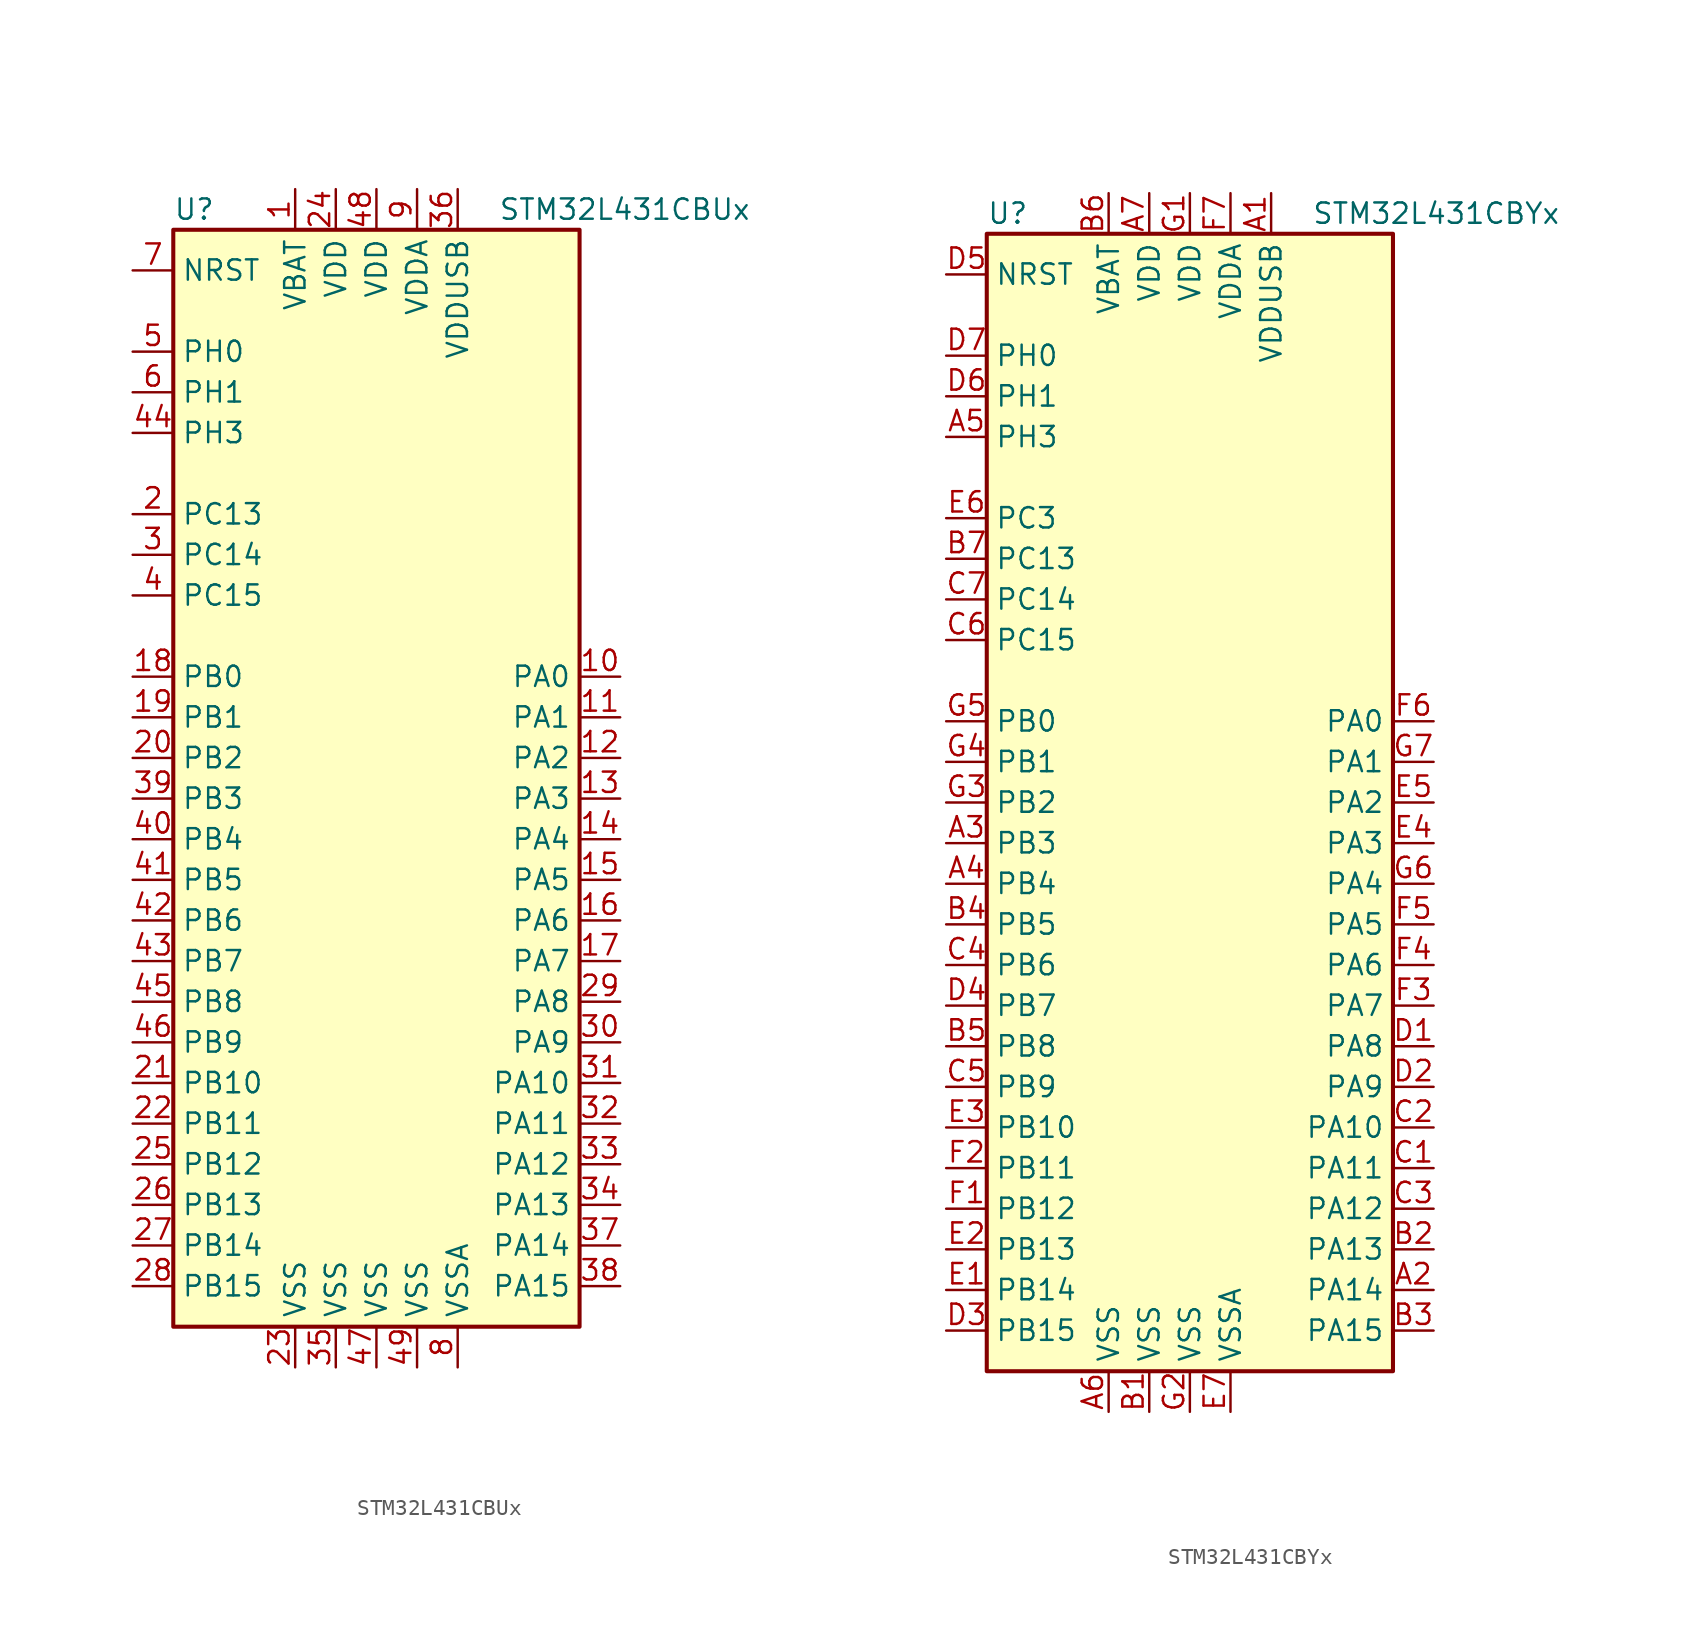
<source format=kicad_sym>
(kicad_symbol_lib
  (version 20211014)
  (generator kicad_symbol_editor)
  (symbol "STM32L431CBUx"
    (property "Reference" "U"
      (at -12.7 34.29 0)
      (effects (font (size 1.27 1.27)) (justify left)))
    (property "Value" "STM32L431CBUx"
      (at 7.62 34.29 0)
      (effects (font (size 1.27 1.27)) (justify left)))
    (symbol "STM32L431CBUx_0_1"
      (rectangle (start -12.7 -35.56) (end 12.7 33.02) (stroke (width 0.254) (type default) (color 0 0 0 0)) (fill (type background))))
    (symbol "STM32L431CBUx_1_1"
      (pin power_in line (at -5.08 35.56 270) (length 2.54) (name "VBAT" (effects (font (size 1.27 1.27)))) (number "1" (effects (font (size 1.27 1.27)))))
      (pin bidirectional line (at 15.24 5.08 180) (length 2.54) (name "PA0" (effects (font (size 1.27 1.27)))) (number "10" (effects (font (size 1.27 1.27)))))
      (pin bidirectional line (at 15.24 2.54 180) (length 2.54) (name "PA1" (effects (font (size 1.27 1.27)))) (number "11" (effects (font (size 1.27 1.27)))))
      (pin bidirectional line (at 15.24 0 180) (length 2.54) (name "PA2" (effects (font (size 1.27 1.27)))) (number "12" (effects (font (size 1.27 1.27)))))
      (pin bidirectional line (at 15.24 -2.54 180) (length 2.54) (name "PA3" (effects (font (size 1.27 1.27)))) (number "13" (effects (font (size 1.27 1.27)))))
      (pin bidirectional line (at 15.24 -5.08 180) (length 2.54) (name "PA4" (effects (font (size 1.27 1.27)))) (number "14" (effects (font (size 1.27 1.27)))))
      (pin bidirectional line (at 15.24 -7.62 180) (length 2.54) (name "PA5" (effects (font (size 1.27 1.27)))) (number "15" (effects (font (size 1.27 1.27)))))
      (pin bidirectional line (at 15.24 -10.16 180) (length 2.54) (name "PA6" (effects (font (size 1.27 1.27)))) (number "16" (effects (font (size 1.27 1.27)))))
      (pin bidirectional line (at 15.24 -12.7 180) (length 2.54) (name "PA7" (effects (font (size 1.27 1.27)))) (number "17" (effects (font (size 1.27 1.27)))))
      (pin bidirectional line (at -15.24 5.08 0) (length 2.54) (name "PB0" (effects (font (size 1.27 1.27)))) (number "18" (effects (font (size 1.27 1.27)))))
      (pin bidirectional line (at -15.24 2.54 0) (length 2.54) (name "PB1" (effects (font (size 1.27 1.27)))) (number "19" (effects (font (size 1.27 1.27)))))
      (pin bidirectional line (at -15.24 15.24 0) (length 2.54) (name "PC13" (effects (font (size 1.27 1.27)))) (number "2" (effects (font (size 1.27 1.27)))))
      (pin bidirectional line (at -15.24 0 0) (length 2.54) (name "PB2" (effects (font (size 1.27 1.27)))) (number "20" (effects (font (size 1.27 1.27)))))
      (pin bidirectional line (at -15.24 -20.32 0) (length 2.54) (name "PB10" (effects (font (size 1.27 1.27)))) (number "21" (effects (font (size 1.27 1.27)))))
      (pin bidirectional line (at -15.24 -22.86 0) (length 2.54) (name "PB11" (effects (font (size 1.27 1.27)))) (number "22" (effects (font (size 1.27 1.27)))))
      (pin power_in line (at -5.08 -38.1 90) (length 2.54) (name "VSS" (effects (font (size 1.27 1.27)))) (number "23" (effects (font (size 1.27 1.27)))))
      (pin power_in line (at -2.54 35.56 270) (length 2.54) (name "VDD" (effects (font (size 1.27 1.27)))) (number "24" (effects (font (size 1.27 1.27)))))
      (pin bidirectional line (at -15.24 -25.4 0) (length 2.54) (name "PB12" (effects (font (size 1.27 1.27)))) (number "25" (effects (font (size 1.27 1.27)))))
      (pin bidirectional line (at -15.24 -27.94 0) (length 2.54) (name "PB13" (effects (font (size 1.27 1.27)))) (number "26" (effects (font (size 1.27 1.27)))))
      (pin bidirectional line (at -15.24 -30.48 0) (length 2.54) (name "PB14" (effects (font (size 1.27 1.27)))) (number "27" (effects (font (size 1.27 1.27)))))
      (pin bidirectional line (at -15.24 -33.02 0) (length 2.54) (name "PB15" (effects (font (size 1.27 1.27)))) (number "28" (effects (font (size 1.27 1.27)))))
      (pin bidirectional line (at 15.24 -15.24 180) (length 2.54) (name "PA8" (effects (font (size 1.27 1.27)))) (number "29" (effects (font (size 1.27 1.27)))))
      (pin bidirectional line (at -15.24 12.7 0) (length 2.54) (name "PC14" (effects (font (size 1.27 1.27)))) (number "3" (effects (font (size 1.27 1.27)))))
      (pin bidirectional line (at 15.24 -17.78 180) (length 2.54) (name "PA9" (effects (font (size 1.27 1.27)))) (number "30" (effects (font (size 1.27 1.27)))))
      (pin bidirectional line (at 15.24 -20.32 180) (length 2.54) (name "PA10" (effects (font (size 1.27 1.27)))) (number "31" (effects (font (size 1.27 1.27)))))
      (pin bidirectional line (at 15.24 -22.86 180) (length 2.54) (name "PA11" (effects (font (size 1.27 1.27)))) (number "32" (effects (font (size 1.27 1.27)))))
      (pin bidirectional line (at 15.24 -25.4 180) (length 2.54) (name "PA12" (effects (font (size 1.27 1.27)))) (number "33" (effects (font (size 1.27 1.27)))))
      (pin bidirectional line (at 15.24 -27.94 180) (length 2.54) (name "PA13" (effects (font (size 1.27 1.27)))) (number "34" (effects (font (size 1.27 1.27)))))
      (pin power_in line (at -2.54 -38.1 90) (length 2.54) (name "VSS" (effects (font (size 1.27 1.27)))) (number "35" (effects (font (size 1.27 1.27)))))
      (pin power_in line (at 5.08 35.56 270) (length 2.54) (name "VDDUSB" (effects (font (size 1.27 1.27)))) (number "36" (effects (font (size 1.27 1.27)))))
      (pin bidirectional line (at 15.24 -30.48 180) (length 2.54) (name "PA14" (effects (font (size 1.27 1.27)))) (number "37" (effects (font (size 1.27 1.27)))))
      (pin bidirectional line (at 15.24 -33.02 180) (length 2.54) (name "PA15" (effects (font (size 1.27 1.27)))) (number "38" (effects (font (size 1.27 1.27)))))
      (pin bidirectional line (at -15.24 -2.54 0) (length 2.54) (name "PB3" (effects (font (size 1.27 1.27)))) (number "39" (effects (font (size 1.27 1.27)))))
      (pin bidirectional line (at -15.24 10.16 0) (length 2.54) (name "PC15" (effects (font (size 1.27 1.27)))) (number "4" (effects (font (size 1.27 1.27)))))
      (pin bidirectional line (at -15.24 -5.08 0) (length 2.54) (name "PB4" (effects (font (size 1.27 1.27)))) (number "40" (effects (font (size 1.27 1.27)))))
      (pin bidirectional line (at -15.24 -7.62 0) (length 2.54) (name "PB5" (effects (font (size 1.27 1.27)))) (number "41" (effects (font (size 1.27 1.27)))))
      (pin bidirectional line (at -15.24 -10.16 0) (length 2.54) (name "PB6" (effects (font (size 1.27 1.27)))) (number "42" (effects (font (size 1.27 1.27)))))
      (pin bidirectional line (at -15.24 -12.7 0) (length 2.54) (name "PB7" (effects (font (size 1.27 1.27)))) (number "43" (effects (font (size 1.27 1.27)))))
      (pin bidirectional line (at -15.24 20.32 0) (length 2.54) (name "PH3" (effects (font (size 1.27 1.27)))) (number "44" (effects (font (size 1.27 1.27)))))
      (pin bidirectional line (at -15.24 -15.24 0) (length 2.54) (name "PB8" (effects (font (size 1.27 1.27)))) (number "45" (effects (font (size 1.27 1.27)))))
      (pin bidirectional line (at -15.24 -17.78 0) (length 2.54) (name "PB9" (effects (font (size 1.27 1.27)))) (number "46" (effects (font (size 1.27 1.27)))))
      (pin power_in line (at 0 -38.1 90) (length 2.54) (name "VSS" (effects (font (size 1.27 1.27)))) (number "47" (effects (font (size 1.27 1.27)))))
      (pin power_in line (at 0 35.56 270) (length 2.54) (name "VDD" (effects (font (size 1.27 1.27)))) (number "48" (effects (font (size 1.27 1.27)))))
      (pin power_in line (at 2.54 -38.1 90) (length 2.54) (name "VSS" (effects (font (size 1.27 1.27)))) (number "49" (effects (font (size 1.27 1.27)))))
      (pin input line (at -15.24 25.4 0) (length 2.54) (name "PH0" (effects (font (size 1.27 1.27)))) (number "5" (effects (font (size 1.27 1.27)))))
      (pin input line (at -15.24 22.86 0) (length 2.54) (name "PH1" (effects (font (size 1.27 1.27)))) (number "6" (effects (font (size 1.27 1.27)))))
      (pin input line (at -15.24 30.48 0) (length 2.54) (name "NRST" (effects (font (size 1.27 1.27)))) (number "7" (effects (font (size 1.27 1.27)))))
      (pin power_in line (at 5.08 -38.1 90) (length 2.54) (name "VSSA" (effects (font (size 1.27 1.27)))) (number "8" (effects (font (size 1.27 1.27)))))
      (pin power_in line (at 2.54 35.56 270) (length 2.54) (name "VDDA" (effects (font (size 1.27 1.27)))) (number "9" (effects (font (size 1.27 1.27)))))))
  (symbol "STM32L431CBYx"
    (property "Reference" "U"
      (at -12.7 36.83 0)
      (effects (font (size 1.27 1.27)) (justify left)))
    (property "Value" "STM32L431CBYx"
      (at 7.62 36.83 0)
      (effects (font (size 1.27 1.27)) (justify left)))
    (symbol "STM32L431CBYx_0_1"
      (rectangle (start -12.7 -35.56) (end 12.7 35.56) (stroke (width 0.254) (type default) (color 0 0 0 0)) (fill (type background))))
    (symbol "STM32L431CBYx_1_1"
      (pin power_in line (at 5.08 38.1 270) (length 2.54) (name "VDDUSB" (effects (font (size 1.27 1.27)))) (number "A1" (effects (font (size 1.27 1.27)))))
      (pin bidirectional line (at 15.24 -30.48 180) (length 2.54) (name "PA14" (effects (font (size 1.27 1.27)))) (number "A2" (effects (font (size 1.27 1.27)))))
      (pin bidirectional line (at -15.24 -2.54 0) (length 2.54) (name "PB3" (effects (font (size 1.27 1.27)))) (number "A3" (effects (font (size 1.27 1.27)))))
      (pin bidirectional line (at -15.24 -5.08 0) (length 2.54) (name "PB4" (effects (font (size 1.27 1.27)))) (number "A4" (effects (font (size 1.27 1.27)))))
      (pin bidirectional line (at -15.24 22.86 0) (length 2.54) (name "PH3" (effects (font (size 1.27 1.27)))) (number "A5" (effects (font (size 1.27 1.27)))))
      (pin power_in line (at -5.08 -38.1 90) (length 2.54) (name "VSS" (effects (font (size 1.27 1.27)))) (number "A6" (effects (font (size 1.27 1.27)))))
      (pin power_in line (at -2.54 38.1 270) (length 2.54) (name "VDD" (effects (font (size 1.27 1.27)))) (number "A7" (effects (font (size 1.27 1.27)))))
      (pin power_in line (at -2.54 -38.1 90) (length 2.54) (name "VSS" (effects (font (size 1.27 1.27)))) (number "B1" (effects (font (size 1.27 1.27)))))
      (pin bidirectional line (at 15.24 -27.94 180) (length 2.54) (name "PA13" (effects (font (size 1.27 1.27)))) (number "B2" (effects (font (size 1.27 1.27)))))
      (pin bidirectional line (at 15.24 -33.02 180) (length 2.54) (name "PA15" (effects (font (size 1.27 1.27)))) (number "B3" (effects (font (size 1.27 1.27)))))
      (pin bidirectional line (at -15.24 -7.62 0) (length 2.54) (name "PB5" (effects (font (size 1.27 1.27)))) (number "B4" (effects (font (size 1.27 1.27)))))
      (pin bidirectional line (at -15.24 -15.24 0) (length 2.54) (name "PB8" (effects (font (size 1.27 1.27)))) (number "B5" (effects (font (size 1.27 1.27)))))
      (pin power_in line (at -5.08 38.1 270) (length 2.54) (name "VBAT" (effects (font (size 1.27 1.27)))) (number "B6" (effects (font (size 1.27 1.27)))))
      (pin bidirectional line (at -15.24 15.24 0) (length 2.54) (name "PC13" (effects (font (size 1.27 1.27)))) (number "B7" (effects (font (size 1.27 1.27)))))
      (pin bidirectional line (at 15.24 -22.86 180) (length 2.54) (name "PA11" (effects (font (size 1.27 1.27)))) (number "C1" (effects (font (size 1.27 1.27)))))
      (pin bidirectional line (at 15.24 -20.32 180) (length 2.54) (name "PA10" (effects (font (size 1.27 1.27)))) (number "C2" (effects (font (size 1.27 1.27)))))
      (pin bidirectional line (at 15.24 -25.4 180) (length 2.54) (name "PA12" (effects (font (size 1.27 1.27)))) (number "C3" (effects (font (size 1.27 1.27)))))
      (pin bidirectional line (at -15.24 -10.16 0) (length 2.54) (name "PB6" (effects (font (size 1.27 1.27)))) (number "C4" (effects (font (size 1.27 1.27)))))
      (pin bidirectional line (at -15.24 -17.78 0) (length 2.54) (name "PB9" (effects (font (size 1.27 1.27)))) (number "C5" (effects (font (size 1.27 1.27)))))
      (pin bidirectional line (at -15.24 10.16 0) (length 2.54) (name "PC15" (effects (font (size 1.27 1.27)))) (number "C6" (effects (font (size 1.27 1.27)))))
      (pin bidirectional line (at -15.24 12.7 0) (length 2.54) (name "PC14" (effects (font (size 1.27 1.27)))) (number "C7" (effects (font (size 1.27 1.27)))))
      (pin bidirectional line (at 15.24 -15.24 180) (length 2.54) (name "PA8" (effects (font (size 1.27 1.27)))) (number "D1" (effects (font (size 1.27 1.27)))))
      (pin bidirectional line (at 15.24 -17.78 180) (length 2.54) (name "PA9" (effects (font (size 1.27 1.27)))) (number "D2" (effects (font (size 1.27 1.27)))))
      (pin bidirectional line (at -15.24 -33.02 0) (length 2.54) (name "PB15" (effects (font (size 1.27 1.27)))) (number "D3" (effects (font (size 1.27 1.27)))))
      (pin bidirectional line (at -15.24 -12.7 0) (length 2.54) (name "PB7" (effects (font (size 1.27 1.27)))) (number "D4" (effects (font (size 1.27 1.27)))))
      (pin input line (at -15.24 33.02 0) (length 2.54) (name "NRST" (effects (font (size 1.27 1.27)))) (number "D5" (effects (font (size 1.27 1.27)))))
      (pin input line (at -15.24 25.4 0) (length 2.54) (name "PH1" (effects (font (size 1.27 1.27)))) (number "D6" (effects (font (size 1.27 1.27)))))
      (pin input line (at -15.24 27.94 0) (length 2.54) (name "PH0" (effects (font (size 1.27 1.27)))) (number "D7" (effects (font (size 1.27 1.27)))))
      (pin bidirectional line (at -15.24 -30.48 0) (length 2.54) (name "PB14" (effects (font (size 1.27 1.27)))) (number "E1" (effects (font (size 1.27 1.27)))))
      (pin bidirectional line (at -15.24 -27.94 0) (length 2.54) (name "PB13" (effects (font (size 1.27 1.27)))) (number "E2" (effects (font (size 1.27 1.27)))))
      (pin bidirectional line (at -15.24 -20.32 0) (length 2.54) (name "PB10" (effects (font (size 1.27 1.27)))) (number "E3" (effects (font (size 1.27 1.27)))))
      (pin bidirectional line (at 15.24 -2.54 180) (length 2.54) (name "PA3" (effects (font (size 1.27 1.27)))) (number "E4" (effects (font (size 1.27 1.27)))))
      (pin bidirectional line (at 15.24 0 180) (length 2.54) (name "PA2" (effects (font (size 1.27 1.27)))) (number "E5" (effects (font (size 1.27 1.27)))))
      (pin bidirectional line (at -15.24 17.78 0) (length 2.54) (name "PC3" (effects (font (size 1.27 1.27)))) (number "E6" (effects (font (size 1.27 1.27)))))
      (pin power_in line (at 2.54 -38.1 90) (length 2.54) (name "VSSA" (effects (font (size 1.27 1.27)))) (number "E7" (effects (font (size 1.27 1.27)))))
      (pin bidirectional line (at -15.24 -25.4 0) (length 2.54) (name "PB12" (effects (font (size 1.27 1.27)))) (number "F1" (effects (font (size 1.27 1.27)))))
      (pin bidirectional line (at -15.24 -22.86 0) (length 2.54) (name "PB11" (effects (font (size 1.27 1.27)))) (number "F2" (effects (font (size 1.27 1.27)))))
      (pin bidirectional line (at 15.24 -12.7 180) (length 2.54) (name "PA7" (effects (font (size 1.27 1.27)))) (number "F3" (effects (font (size 1.27 1.27)))))
      (pin bidirectional line (at 15.24 -10.16 180) (length 2.54) (name "PA6" (effects (font (size 1.27 1.27)))) (number "F4" (effects (font (size 1.27 1.27)))))
      (pin bidirectional line (at 15.24 -7.62 180) (length 2.54) (name "PA5" (effects (font (size 1.27 1.27)))) (number "F5" (effects (font (size 1.27 1.27)))))
      (pin bidirectional line (at 15.24 5.08 180) (length 2.54) (name "PA0" (effects (font (size 1.27 1.27)))) (number "F6" (effects (font (size 1.27 1.27)))))
      (pin power_in line (at 2.54 38.1 270) (length 2.54) (name "VDDA" (effects (font (size 1.27 1.27)))) (number "F7" (effects (font (size 1.27 1.27)))))
      (pin power_in line (at 0 38.1 270) (length 2.54) (name "VDD" (effects (font (size 1.27 1.27)))) (number "G1" (effects (font (size 1.27 1.27)))))
      (pin power_in line (at 0 -38.1 90) (length 2.54) (name "VSS" (effects (font (size 1.27 1.27)))) (number "G2" (effects (font (size 1.27 1.27)))))
      (pin bidirectional line (at -15.24 0 0) (length 2.54) (name "PB2" (effects (font (size 1.27 1.27)))) (number "G3" (effects (font (size 1.27 1.27)))))
      (pin bidirectional line (at -15.24 2.54 0) (length 2.54) (name "PB1" (effects (font (size 1.27 1.27)))) (number "G4" (effects (font (size 1.27 1.27)))))
      (pin bidirectional line (at -15.24 5.08 0) (length 2.54) (name "PB0" (effects (font (size 1.27 1.27)))) (number "G5" (effects (font (size 1.27 1.27)))))
      (pin bidirectional line (at 15.24 -5.08 180) (length 2.54) (name "PA4" (effects (font (size 1.27 1.27)))) (number "G6" (effects (font (size 1.27 1.27)))))
      (pin bidirectional line (at 15.24 2.54 180) (length 2.54) (name "PA1" (effects (font (size 1.27 1.27)))) (number "G7" (effects (font (size 1.27 1.27))))))))
</source>
